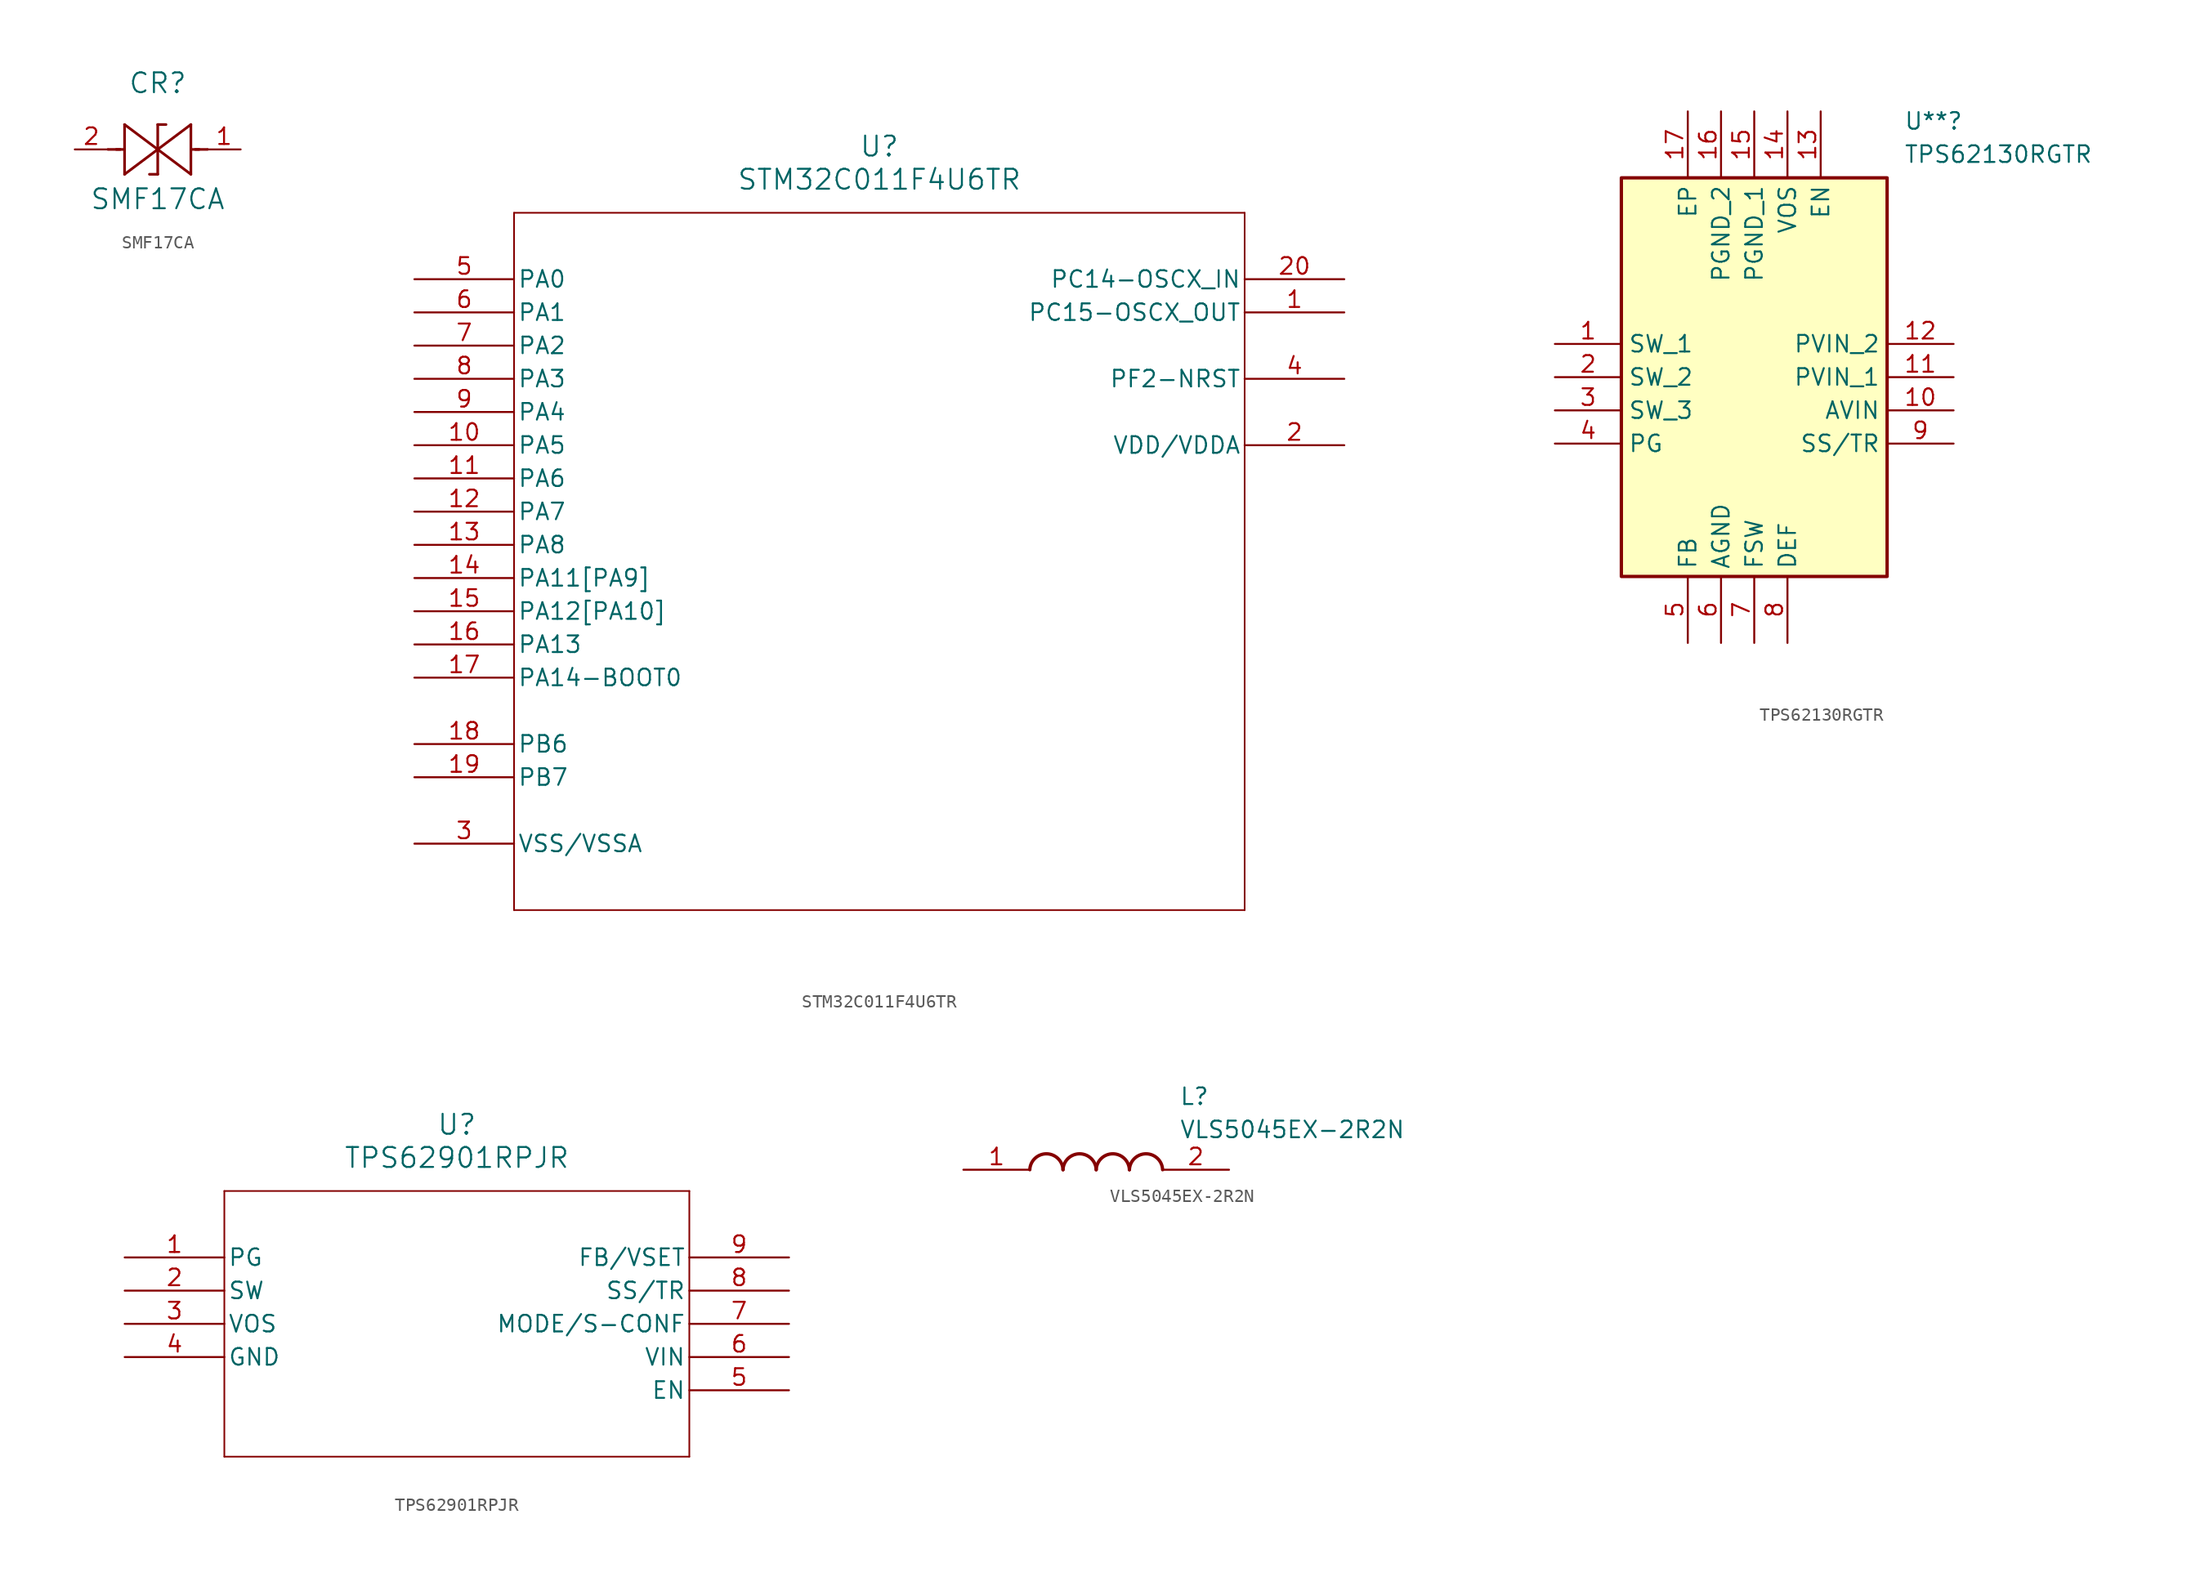
<source format=kicad_sym>
(kicad_symbol_lib
  (version 20220914)
  (generator kicad_symbol_editor)
  (symbol "SMF17CA"
    (pin_names
      (offset 0.254))
    (property "Reference" "CR"
      (at 6.35 5.08 0)
      (effects (font (size 1.524 1.524))))
    (property "Value" "SMF17CA"
      (at 6.35 -3.81 0)
      (effects (font (size 1.524 1.524))))
    (property "ki_locked" ""
      (at 0 0 0)
      (effects (font (size 1.27 1.27))))
    (symbol "SMF17CA_0_1"
      (polyline (pts (xy 2.54 0) (xy 3.48 0)) (stroke (width 0.203) (type default)) (fill (type none)))
      (polyline (pts (xy 3.175 0) (xy 3.81 0)) (stroke (width 0.203) (type default)) (fill (type none)))
      (polyline (pts (xy 3.81 -1.905) (xy 6.35 0)) (stroke (width 0.203) (type default)) (fill (type none)))
      (polyline (pts (xy 3.81 1.905) (xy 3.81 -1.905)) (stroke (width 0.203) (type default)) (fill (type none)))
      (polyline (pts (xy 6.35 -1.905) (xy 5.715 -1.905)) (stroke (width 0.203) (type default)) (fill (type none)))
      (polyline (pts (xy 6.35 0) (xy 3.81 1.905)) (stroke (width 0.203) (type default)) (fill (type none)))
      (polyline (pts (xy 6.35 0) (xy 8.89 -1.905)) (stroke (width 0.203) (type default)) (fill (type none)))
      (polyline (pts (xy 6.35 1.905) (xy 6.35 -1.905)) (stroke (width 0.203) (type default)) (fill (type none)))
      (polyline (pts (xy 6.35 1.905) (xy 6.985 1.905)) (stroke (width 0.203) (type default)) (fill (type none)))
      (polyline (pts (xy 8.89 -1.905) (xy 8.89 1.905)) (stroke (width 0.203) (type default)) (fill (type none)))
      (polyline (pts (xy 8.89 1.905) (xy 6.35 0)) (stroke (width 0.203) (type default)) (fill (type none)))
      (polyline (pts (xy 9.525 0) (xy 8.89 0)) (stroke (width 0.203) (type default)) (fill (type none)))
      (polyline (pts (xy 10.16 0) (xy 9.22 0)) (stroke (width 0.203) (type default)) (fill (type none))))
    (symbol "SMF17CA_1_1"
      (pin passive line (at 12.7 0 180) (length 2.54) (name "" (effects (font (size 1.27 1.27)))) (number "1" (effects (font (size 1.27 1.27)))))
      (pin passive line (at 0 0 0) (length 2.54) (name "" (effects (font (size 1.27 1.27)))) (number "2" (effects (font (size 1.27 1.27)))))))
  (symbol "STM32C011F4U6TR"
    (pin_names
      (offset 0.254))
    (property "Reference" "U"
      (at 35.56 10.16 0)
      (effects (font (size 1.524 1.524))))
    (property "Value" "STM32C011F4U6TR"
      (at 35.56 7.62 0)
      (effects (font (size 1.524 1.524))))
    (symbol "STM32C011F4U6TR_0_1"
      (polyline (pts (xy 7.62 -48.26) (xy 63.5 -48.26)) (stroke (width 0.127) (type default)) (fill (type none)))
      (polyline (pts (xy 7.62 5.08) (xy 7.62 -48.26)) (stroke (width 0.127) (type default)) (fill (type none)))
      (polyline (pts (xy 63.5 -48.26) (xy 63.5 5.08)) (stroke (width 0.127) (type default)) (fill (type none)))
      (polyline (pts (xy 63.5 5.08) (xy 7.62 5.08)) (stroke (width 0.127) (type default)) (fill (type none)))
      (pin bidirectional line (at 71.12 -2.54 180) (length 7.62) (name "PC15-OSCX_OUT" (effects (font (size 1.27 1.27)))) (number "1" (effects (font (size 1.27 1.27)))))
      (pin bidirectional line (at 0 -12.7 0) (length 7.62) (name "PA5" (effects (font (size 1.27 1.27)))) (number "10" (effects (font (size 1.27 1.27)))))
      (pin bidirectional line (at 0 -15.24 0) (length 7.62) (name "PA6" (effects (font (size 1.27 1.27)))) (number "11" (effects (font (size 1.27 1.27)))))
      (pin bidirectional line (at 0 -17.78 0) (length 7.62) (name "PA7" (effects (font (size 1.27 1.27)))) (number "12" (effects (font (size 1.27 1.27)))))
      (pin bidirectional line (at 0 -20.32 0) (length 7.62) (name "PA8" (effects (font (size 1.27 1.27)))) (number "13" (effects (font (size 1.27 1.27)))))
      (pin bidirectional line (at 0 -22.86 0) (length 7.62) (name "PA11[PA9]" (effects (font (size 1.27 1.27)))) (number "14" (effects (font (size 1.27 1.27)))))
      (pin bidirectional line (at 0 -25.4 0) (length 7.62) (name "PA12[PA10]" (effects (font (size 1.27 1.27)))) (number "15" (effects (font (size 1.27 1.27)))))
      (pin bidirectional line (at 0 -27.94 0) (length 7.62) (name "PA13" (effects (font (size 1.27 1.27)))) (number "16" (effects (font (size 1.27 1.27)))))
      (pin bidirectional line (at 0 -30.48 0) (length 7.62) (name "PA14-BOOT0" (effects (font (size 1.27 1.27)))) (number "17" (effects (font (size 1.27 1.27)))))
      (pin bidirectional line (at 0 -35.56 0) (length 7.62) (name "PB6" (effects (font (size 1.27 1.27)))) (number "18" (effects (font (size 1.27 1.27)))))
      (pin bidirectional line (at 0 -38.1 0) (length 7.62) (name "PB7" (effects (font (size 1.27 1.27)))) (number "19" (effects (font (size 1.27 1.27)))))
      (pin power_in line (at 71.12 -12.7 180) (length 7.62) (name "VDD/VDDA" (effects (font (size 1.27 1.27)))) (number "2" (effects (font (size 1.27 1.27)))))
      (pin bidirectional line (at 71.12 0 180) (length 7.62) (name "PC14-OSCX_IN" (effects (font (size 1.27 1.27)))) (number "20" (effects (font (size 1.27 1.27)))))
      (pin power_in line (at 0 -43.18 0) (length 7.62) (name "VSS/VSSA" (effects (font (size 1.27 1.27)))) (number "3" (effects (font (size 1.27 1.27)))))
      (pin bidirectional line (at 71.12 -7.62 180) (length 7.62) (name "PF2-NRST" (effects (font (size 1.27 1.27)))) (number "4" (effects (font (size 1.27 1.27)))))
      (pin bidirectional line (at 0 0 0) (length 7.62) (name "PA0" (effects (font (size 1.27 1.27)))) (number "5" (effects (font (size 1.27 1.27)))))
      (pin bidirectional line (at 0 -2.54 0) (length 7.62) (name "PA1" (effects (font (size 1.27 1.27)))) (number "6" (effects (font (size 1.27 1.27)))))
      (pin bidirectional line (at 0 -5.08 0) (length 7.62) (name "PA2" (effects (font (size 1.27 1.27)))) (number "7" (effects (font (size 1.27 1.27)))))
      (pin bidirectional line (at 0 -7.62 0) (length 7.62) (name "PA3" (effects (font (size 1.27 1.27)))) (number "8" (effects (font (size 1.27 1.27)))))
      (pin bidirectional line (at 0 -10.16 0) (length 7.62) (name "PA4" (effects (font (size 1.27 1.27)))) (number "9" (effects (font (size 1.27 1.27)))))))
  (symbol "TPS62130RGTR"
    (property "Reference" "U**"
      (at 26.67 17.78 0)
      (effects (font (size 1.27 1.27)) (justify left top)))
    (property "Value" "TPS62130RGTR"
      (at 26.67 15.24 0)
      (effects (font (size 1.27 1.27)) (justify left top)))
    (symbol "TPS62130RGTR_1_1"
      (rectangle (start 5.08 12.7) (end 25.4 -17.78) (stroke (width 0.254) (type default)) (fill (type background)))
      (pin passive line (at 0 0 0) (length 5.08) (name "SW_1" (effects (font (size 1.27 1.27)))) (number "1" (effects (font (size 1.27 1.27)))))
      (pin passive line (at 30.48 -5.08 180) (length 5.08) (name "AVIN" (effects (font (size 1.27 1.27)))) (number "10" (effects (font (size 1.27 1.27)))))
      (pin passive line (at 30.48 -2.54 180) (length 5.08) (name "PVIN_1" (effects (font (size 1.27 1.27)))) (number "11" (effects (font (size 1.27 1.27)))))
      (pin passive line (at 30.48 0 180) (length 5.08) (name "PVIN_2" (effects (font (size 1.27 1.27)))) (number "12" (effects (font (size 1.27 1.27)))))
      (pin passive line (at 20.32 17.78 270) (length 5.08) (name "EN" (effects (font (size 1.27 1.27)))) (number "13" (effects (font (size 1.27 1.27)))))
      (pin passive line (at 17.78 17.78 270) (length 5.08) (name "VOS" (effects (font (size 1.27 1.27)))) (number "14" (effects (font (size 1.27 1.27)))))
      (pin passive line (at 15.24 17.78 270) (length 5.08) (name "PGND_1" (effects (font (size 1.27 1.27)))) (number "15" (effects (font (size 1.27 1.27)))))
      (pin passive line (at 12.7 17.78 270) (length 5.08) (name "PGND_2" (effects (font (size 1.27 1.27)))) (number "16" (effects (font (size 1.27 1.27)))))
      (pin passive line (at 10.16 17.78 270) (length 5.08) (name "EP" (effects (font (size 1.27 1.27)))) (number "17" (effects (font (size 1.27 1.27)))))
      (pin passive line (at 0 -2.54 0) (length 5.08) (name "SW_2" (effects (font (size 1.27 1.27)))) (number "2" (effects (font (size 1.27 1.27)))))
      (pin passive line (at 0 -5.08 0) (length 5.08) (name "SW_3" (effects (font (size 1.27 1.27)))) (number "3" (effects (font (size 1.27 1.27)))))
      (pin passive line (at 0 -7.62 0) (length 5.08) (name "PG" (effects (font (size 1.27 1.27)))) (number "4" (effects (font (size 1.27 1.27)))))
      (pin passive line (at 10.16 -22.86 90) (length 5.08) (name "FB" (effects (font (size 1.27 1.27)))) (number "5" (effects (font (size 1.27 1.27)))))
      (pin passive line (at 12.7 -22.86 90) (length 5.08) (name "AGND" (effects (font (size 1.27 1.27)))) (number "6" (effects (font (size 1.27 1.27)))))
      (pin passive line (at 15.24 -22.86 90) (length 5.08) (name "FSW" (effects (font (size 1.27 1.27)))) (number "7" (effects (font (size 1.27 1.27)))))
      (pin passive line (at 17.78 -22.86 90) (length 5.08) (name "DEF" (effects (font (size 1.27 1.27)))) (number "8" (effects (font (size 1.27 1.27)))))
      (pin passive line (at 30.48 -7.62 180) (length 5.08) (name "SS/TR" (effects (font (size 1.27 1.27)))) (number "9" (effects (font (size 1.27 1.27)))))))
  (symbol "TPS62901RPJR"
    (pin_names
      (offset 0.254))
    (property "Reference" "U"
      (at 25.4 10.16 0)
      (effects (font (size 1.524 1.524))))
    (property "Value" "TPS62901RPJR"
      (at 25.4 7.62 0)
      (effects (font (size 1.524 1.524))))
    (symbol "TPS62901RPJR_0_1"
      (polyline (pts (xy 7.62 -15.24) (xy 43.18 -15.24)) (stroke (width 0.127) (type default)) (fill (type none)))
      (polyline (pts (xy 7.62 5.08) (xy 7.62 -15.24)) (stroke (width 0.127) (type default)) (fill (type none)))
      (polyline (pts (xy 43.18 -15.24) (xy 43.18 5.08)) (stroke (width 0.127) (type default)) (fill (type none)))
      (polyline (pts (xy 43.18 5.08) (xy 7.62 5.08)) (stroke (width 0.127) (type default)) (fill (type none)))
      (pin unspecified line (at 0 0 0) (length 7.62) (name "PG" (effects (font (size 1.27 1.27)))) (number "1" (effects (font (size 1.27 1.27)))))
      (pin unspecified line (at 0 -2.54 0) (length 7.62) (name "SW" (effects (font (size 1.27 1.27)))) (number "2" (effects (font (size 1.27 1.27)))))
      (pin unspecified line (at 0 -5.08 0) (length 7.62) (name "VOS" (effects (font (size 1.27 1.27)))) (number "3" (effects (font (size 1.27 1.27)))))
      (pin power_out line (at 0 -7.62 0) (length 7.62) (name "GND" (effects (font (size 1.27 1.27)))) (number "4" (effects (font (size 1.27 1.27)))))
      (pin unspecified line (at 50.8 -10.16 180) (length 7.62) (name "EN" (effects (font (size 1.27 1.27)))) (number "5" (effects (font (size 1.27 1.27)))))
      (pin unspecified line (at 50.8 -7.62 180) (length 7.62) (name "VIN" (effects (font (size 1.27 1.27)))) (number "6" (effects (font (size 1.27 1.27)))))
      (pin unspecified line (at 50.8 -5.08 180) (length 7.62) (name "MODE/S-CONF" (effects (font (size 1.27 1.27)))) (number "7" (effects (font (size 1.27 1.27)))))
      (pin unspecified line (at 50.8 -2.54 180) (length 7.62) (name "SS/TR" (effects (font (size 1.27 1.27)))) (number "8" (effects (font (size 1.27 1.27)))))
      (pin unspecified line (at 50.8 0 180) (length 7.62) (name "FB/VSET" (effects (font (size 1.27 1.27)))) (number "9" (effects (font (size 1.27 1.27)))))))
  (symbol "VLS5045EX-2R2N"
    (pin_names hide)
    (property "Reference" "L"
      (at 16.51 6.35 0)
      (effects (font (size 1.27 1.27)) (justify left top)))
    (property "Value" "VLS5045EX-2R2N"
      (at 16.51 3.81 0)
      (effects (font (size 1.27 1.27)) (justify left top)))
    (symbol "VLS5045EX-2R2N_1_1"
      (arc (start 7.62 0) (mid 6.35 1.219) (end 5.08 0) (stroke (width 0.254) (type default)) (fill (type none)))
      (arc (start 10.16 0) (mid 8.89 1.219) (end 7.62 0) (stroke (width 0.254) (type default)) (fill (type none)))
      (arc (start 12.7 0) (mid 11.43 1.219) (end 10.16 0) (stroke (width 0.254) (type default)) (fill (type none)))
      (arc (start 15.24 0) (mid 13.97 1.219) (end 12.7 0) (stroke (width 0.254) (type default)) (fill (type none)))
      (pin passive line (at 0 0 0) (length 5.08) (name "1" (effects (font (size 1.27 1.27)))) (number "1" (effects (font (size 1.27 1.27)))))
      (pin passive line (at 20.32 0 180) (length 5.08) (name "2" (effects (font (size 1.27 1.27)))) (number "2" (effects (font (size 1.27 1.27))))))))
</source>
